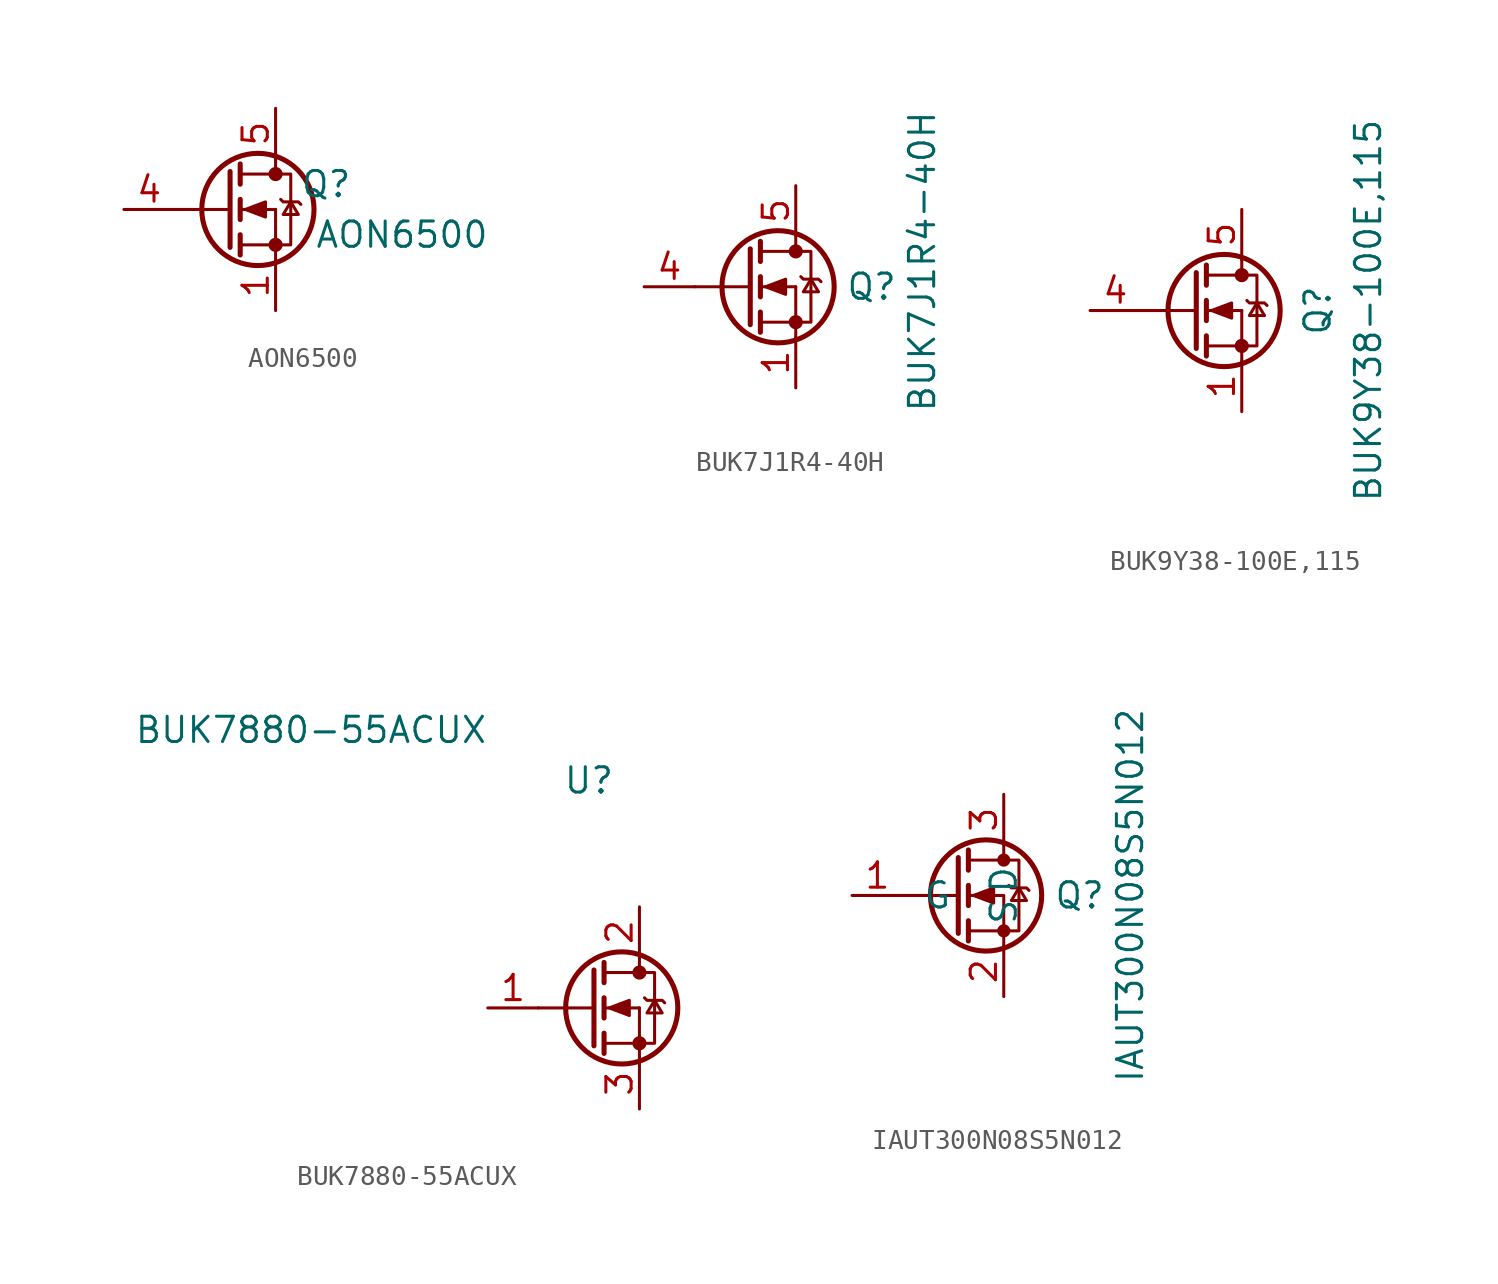
<source format=kicad_sym>
(kicad_symbol_lib
  (version 20231120)
  (generator "kicad_symbol_editor")
  (generator_version "8.0")
  (symbol "AON6500"
    (property "Reference" "Q"
      (at 2.54 1.27 0)
      (effects (font (size 1.27 1.27))))
    (property "Value" "AON6500"
      (at 6.35 -1.27 0)
      (effects (font (size 1.27 1.27))))
    (symbol "AON6500_1_1"
      (circle (center -0.889 0) (radius 2.819) (stroke (width 0.254) (type default)) (fill (type none)))
      (circle (center 0 -1.778) (radius 0.279) (stroke (width 0) (type default)) (fill (type outline)))
      (polyline (pts (xy -5.08 0) (xy -2.286 0)) (stroke (width 0) (type default)) (fill (type none)))
      (polyline (pts (xy -1.778 -1.778) (xy 0 -1.778)) (stroke (width 0) (type default)) (fill (type none)))
      (polyline (pts (xy -1.778 -1.27) (xy -1.778 -2.286)) (stroke (width 0.254) (type default)) (fill (type none)))
      (polyline (pts (xy -1.778 0) (xy 0 0)) (stroke (width 0) (type default)) (fill (type none)))
      (polyline (pts (xy -1.778 0.508) (xy -1.778 -0.508)) (stroke (width 0.254) (type default)) (fill (type none)))
      (polyline (pts (xy -1.778 1.778) (xy 0 1.778)) (stroke (width 0) (type default)) (fill (type none)))
      (polyline (pts (xy -1.778 2.286) (xy -1.778 1.27)) (stroke (width 0.254) (type default)) (fill (type none)))
      (polyline (pts (xy 0 -1.778) (xy 0 -2.54)) (stroke (width 0) (type default)) (fill (type none)))
      (polyline (pts (xy 0 -1.778) (xy 0 0)) (stroke (width 0) (type default)) (fill (type none)))
      (polyline (pts (xy 0 2.54) (xy 0 1.778)) (stroke (width 0) (type default)) (fill (type none)))
      (polyline (pts (xy -2.286 1.905) (xy -2.286 -1.905) (xy -2.286 -1.905)) (stroke (width 0.254) (type default)) (fill (type none)))
      (polyline (pts (xy -1.524 0) (xy -0.508 0.381) (xy -0.508 -0.381) (xy -1.524 0)) (stroke (width 0) (type default)) (fill (type outline)))
      (polyline (pts (xy 0 -1.778) (xy 0.762 -1.778) (xy 0.762 1.778) (xy 0 1.778)) (stroke (width 0) (type default)) (fill (type none)))
      (polyline (pts (xy 0.254 0.508) (xy 0.381 0.381) (xy 1.143 0.381) (xy 1.27 0.254)) (stroke (width 0) (type default)) (fill (type none)))
      (polyline (pts (xy 0.762 0.381) (xy 0.381 -0.254) (xy 1.143 -0.254) (xy 0.762 0.381)) (stroke (width 0) (type default)) (fill (type none)))
      (circle (center 0 1.778) (radius 0.279) (stroke (width 0) (type default)) (fill (type outline)))
      (pin passive line (at 0 -5.08 90) (length 2.54) (name "~" (effects (font (size 1.27 1.27)))) (number "1" (effects (font (size 1.27 1.27)))))
      (pin passive line (at 0 -5.08 90) (length 2.54) hide (name "~" (effects (font (size 1.27 1.27)))) (number "2" (effects (font (size 1.27 1.27)))))
      (pin passive line (at 0 -5.08 90) (length 2.54) hide (name "~" (effects (font (size 1.27 1.27)))) (number "3" (effects (font (size 1.27 1.27)))))
      (pin input line (at -7.62 0 0) (length 2.54) (name "~" (effects (font (size 1.27 1.27)))) (number "4" (effects (font (size 1.27 1.27)))))
      (pin passive line (at 0 5.08 270) (length 2.54) (name "~" (effects (font (size 1.27 1.27)))) (number "5" (effects (font (size 1.27 1.27)))))
      (pin passive line (at 0 5.08 270) (length 2.54) hide (name "~" (effects (font (size 1.27 1.27)))) (number "6" (effects (font (size 1.27 1.27)))))
      (pin passive line (at 0 5.08 270) (length 2.54) hide (name "~" (effects (font (size 1.27 1.27)))) (number "7" (effects (font (size 1.27 1.27)))))
      (pin passive line (at 0 5.08 270) (length 2.54) hide (name "~" (effects (font (size 1.27 1.27)))) (number "8" (effects (font (size 1.27 1.27)))))))
  (symbol "BUK7J1R4-40H"
    (pin_names
      (offset 1.016))
    (property "Reference" "Q"
      (at 3.81 0 0)
      (effects (font (size 1.27 1.27))))
    (property "Value" "BUK7J1R4-40H"
      (at 6.35 1.27 90)
      (effects (font (size 1.27 1.27))))
    (symbol "BUK7J1R4-40H_1_1"
      (circle (center -0.889 0) (radius 2.819) (stroke (width 0.254) (type default)) (fill (type none)))
      (circle (center 0 -1.778) (radius 0.279) (stroke (width 0) (type default)) (fill (type outline)))
      (polyline (pts (xy -5.08 0) (xy -2.286 0)) (stroke (width 0) (type default)) (fill (type none)))
      (polyline (pts (xy -1.778 -1.778) (xy 0 -1.778)) (stroke (width 0) (type default)) (fill (type none)))
      (polyline (pts (xy -1.778 -1.27) (xy -1.778 -2.286)) (stroke (width 0.254) (type default)) (fill (type none)))
      (polyline (pts (xy -1.778 0) (xy 0 0)) (stroke (width 0) (type default)) (fill (type none)))
      (polyline (pts (xy -1.778 0.508) (xy -1.778 -0.508)) (stroke (width 0.254) (type default)) (fill (type none)))
      (polyline (pts (xy -1.778 1.778) (xy 0 1.778)) (stroke (width 0) (type default)) (fill (type none)))
      (polyline (pts (xy -1.778 2.286) (xy -1.778 1.27)) (stroke (width 0.254) (type default)) (fill (type none)))
      (polyline (pts (xy 0 -1.778) (xy 0 -2.54)) (stroke (width 0) (type default)) (fill (type none)))
      (polyline (pts (xy 0 -1.778) (xy 0 0)) (stroke (width 0) (type default)) (fill (type none)))
      (polyline (pts (xy 0 2.54) (xy 0 1.778)) (stroke (width 0) (type default)) (fill (type none)))
      (polyline (pts (xy -2.286 1.905) (xy -2.286 -1.905) (xy -2.286 -1.905)) (stroke (width 0.254) (type default)) (fill (type none)))
      (polyline (pts (xy -1.524 0) (xy -0.508 0.381) (xy -0.508 -0.381) (xy -1.524 0)) (stroke (width 0) (type default)) (fill (type outline)))
      (polyline (pts (xy 0 -1.778) (xy 0.762 -1.778) (xy 0.762 1.778) (xy 0 1.778)) (stroke (width 0) (type default)) (fill (type none)))
      (polyline (pts (xy 0.254 0.508) (xy 0.381 0.381) (xy 1.143 0.381) (xy 1.27 0.254)) (stroke (width 0) (type default)) (fill (type none)))
      (polyline (pts (xy 0.762 0.381) (xy 0.381 -0.254) (xy 1.143 -0.254) (xy 0.762 0.381)) (stroke (width 0) (type default)) (fill (type none)))
      (circle (center 0 1.778) (radius 0.279) (stroke (width 0) (type default)) (fill (type outline)))
      (pin passive line (at 0 -5.08 90) (length 2.54) (name "~" (effects (font (size 1.27 1.27)))) (number "1" (effects (font (size 1.27 1.27)))))
      (pin passive line (at 0 -5.08 90) (length 2.54) hide (name "~" (effects (font (size 1.27 1.27)))) (number "2" (effects (font (size 1.27 1.27)))))
      (pin passive line (at 0 -5.08 90) (length 2.54) hide (name "~" (effects (font (size 1.27 1.27)))) (number "3" (effects (font (size 1.27 1.27)))))
      (pin input line (at -7.62 0 0) (length 2.54) (name "~" (effects (font (size 1.27 1.27)))) (number "4" (effects (font (size 1.27 1.27)))))
      (pin passive line (at 0 5.08 270) (length 2.54) (name "~" (effects (font (size 1.27 1.27)))) (number "5" (effects (font (size 1.27 1.27)))))))
  (symbol "BUK9Y38-100E,115"
    (pin_names
      (offset 1.016))
    (property "Reference" "Q"
      (at 3.81 0 90)
      (effects (font (size 1.27 1.27))))
    (property "Value" "BUK9Y38-100E,115"
      (at 6.35 0 90)
      (effects (font (size 1.27 1.27))))
    (symbol "BUK9Y38-100E,115_1_1"
      (circle (center -0.889 0) (radius 2.819) (stroke (width 0.254) (type default)) (fill (type none)))
      (circle (center 0 -1.778) (radius 0.279) (stroke (width 0) (type default)) (fill (type outline)))
      (polyline (pts (xy -5.08 0) (xy -2.286 0)) (stroke (width 0) (type default)) (fill (type none)))
      (polyline (pts (xy -1.778 -1.778) (xy 0 -1.778)) (stroke (width 0) (type default)) (fill (type none)))
      (polyline (pts (xy -1.778 -1.27) (xy -1.778 -2.286)) (stroke (width 0.254) (type default)) (fill (type none)))
      (polyline (pts (xy -1.778 0) (xy 0 0)) (stroke (width 0) (type default)) (fill (type none)))
      (polyline (pts (xy -1.778 0.508) (xy -1.778 -0.508)) (stroke (width 0.254) (type default)) (fill (type none)))
      (polyline (pts (xy -1.778 1.778) (xy 0 1.778)) (stroke (width 0) (type default)) (fill (type none)))
      (polyline (pts (xy -1.778 2.286) (xy -1.778 1.27)) (stroke (width 0.254) (type default)) (fill (type none)))
      (polyline (pts (xy 0 -1.778) (xy 0 -2.54)) (stroke (width 0) (type default)) (fill (type none)))
      (polyline (pts (xy 0 -1.778) (xy 0 0)) (stroke (width 0) (type default)) (fill (type none)))
      (polyline (pts (xy 0 2.54) (xy 0 1.778)) (stroke (width 0) (type default)) (fill (type none)))
      (polyline (pts (xy -2.286 1.905) (xy -2.286 -1.905) (xy -2.286 -1.905)) (stroke (width 0.254) (type default)) (fill (type none)))
      (polyline (pts (xy -1.524 0) (xy -0.508 0.381) (xy -0.508 -0.381) (xy -1.524 0)) (stroke (width 0) (type default)) (fill (type outline)))
      (polyline (pts (xy 0 -1.778) (xy 0.762 -1.778) (xy 0.762 1.778) (xy 0 1.778)) (stroke (width 0) (type default)) (fill (type none)))
      (polyline (pts (xy 0.254 0.508) (xy 0.381 0.381) (xy 1.143 0.381) (xy 1.27 0.254)) (stroke (width 0) (type default)) (fill (type none)))
      (polyline (pts (xy 0.762 0.381) (xy 0.381 -0.254) (xy 1.143 -0.254) (xy 0.762 0.381)) (stroke (width 0) (type default)) (fill (type none)))
      (circle (center 0 1.778) (radius 0.279) (stroke (width 0) (type default)) (fill (type outline)))
      (pin passive line (at 0 -5.08 90) (length 2.54) (name "~" (effects (font (size 1.27 1.27)))) (number "1" (effects (font (size 1.27 1.27)))))
      (pin passive line (at 0 -5.08 90) (length 2.54) hide (name "~" (effects (font (size 1.27 1.27)))) (number "2" (effects (font (size 1.27 1.27)))))
      (pin passive line (at 0 -5.08 90) (length 2.54) hide (name "~" (effects (font (size 1.27 1.27)))) (number "3" (effects (font (size 1.27 1.27)))))
      (pin input line (at -7.62 0 0) (length 2.54) (name "~" (effects (font (size 1.27 1.27)))) (number "4" (effects (font (size 1.27 1.27)))))
      (pin passive line (at 0 5.08 270) (length 2.54) (name "~" (effects (font (size 1.27 1.27)))) (number "5" (effects (font (size 1.27 1.27)))))))
  (symbol "BUK7880-55ACUX"
    (pin_names
      (offset 1.016))
    (property "Reference" "U"
      (at -2.54 11.43 0)
      (effects (font (size 1.27 1.27))))
    (property "Value" "BUK7880-55ACUX"
      (at -16.51 13.97 0)
      (effects (font (size 1.27 1.27))))
    (symbol "BUK7880-55ACUX_1_1"
      (circle (center -0.889 0) (radius 2.819) (stroke (width 0.254) (type default)) (fill (type none)))
      (circle (center 0 -1.778) (radius 0.279) (stroke (width 0) (type default)) (fill (type outline)))
      (polyline (pts (xy -5.08 0) (xy -2.286 0)) (stroke (width 0) (type default)) (fill (type none)))
      (polyline (pts (xy -1.778 -1.778) (xy 0 -1.778)) (stroke (width 0) (type default)) (fill (type none)))
      (polyline (pts (xy -1.778 -1.27) (xy -1.778 -2.286)) (stroke (width 0.254) (type default)) (fill (type none)))
      (polyline (pts (xy -1.778 0) (xy 0 0)) (stroke (width 0) (type default)) (fill (type none)))
      (polyline (pts (xy -1.778 0.508) (xy -1.778 -0.508)) (stroke (width 0.254) (type default)) (fill (type none)))
      (polyline (pts (xy -1.778 1.778) (xy 0 1.778)) (stroke (width 0) (type default)) (fill (type none)))
      (polyline (pts (xy -1.778 2.286) (xy -1.778 1.27)) (stroke (width 0.254) (type default)) (fill (type none)))
      (polyline (pts (xy 0 -1.778) (xy 0 -2.54)) (stroke (width 0) (type default)) (fill (type none)))
      (polyline (pts (xy 0 -1.778) (xy 0 0)) (stroke (width 0) (type default)) (fill (type none)))
      (polyline (pts (xy 0 2.54) (xy 0 1.778)) (stroke (width 0) (type default)) (fill (type none)))
      (polyline (pts (xy -2.286 1.905) (xy -2.286 -1.905) (xy -2.286 -1.905)) (stroke (width 0.254) (type default)) (fill (type none)))
      (polyline (pts (xy -1.524 0) (xy -0.508 0.381) (xy -0.508 -0.381) (xy -1.524 0)) (stroke (width 0) (type default)) (fill (type outline)))
      (polyline (pts (xy 0 -1.778) (xy 0.762 -1.778) (xy 0.762 1.778) (xy 0 1.778)) (stroke (width 0) (type default)) (fill (type none)))
      (polyline (pts (xy 0.254 0.508) (xy 0.381 0.381) (xy 1.143 0.381) (xy 1.27 0.254)) (stroke (width 0) (type default)) (fill (type none)))
      (polyline (pts (xy 0.762 0.381) (xy 0.381 -0.254) (xy 1.143 -0.254) (xy 0.762 0.381)) (stroke (width 0) (type default)) (fill (type none)))
      (circle (center 0 1.778) (radius 0.279) (stroke (width 0) (type default)) (fill (type outline)))
      (pin input line (at -7.62 0 0) (length 2.54) (name "~" (effects (font (size 1.27 1.27)))) (number "1" (effects (font (size 1.27 1.27)))))
      (pin passive line (at 0 5.08 270) (length 2.54) (name "~" (effects (font (size 1.27 1.27)))) (number "2" (effects (font (size 1.27 1.27)))))
      (pin passive line (at 0 -5.08 90) (length 2.54) (name "~" (effects (font (size 1.27 1.27)))) (number "3" (effects (font (size 1.27 1.27)))))))
  (symbol "IAUT300N08S5N012"
    (pin_names
      (offset 1.016))
    (property "Reference" "Q"
      (at 3.81 0 0)
      (effects (font (size 1.27 1.27))))
    (property "Value" "IAUT300N08S5N012"
      (at 6.35 0 90)
      (effects (font (size 1.27 1.27))))
    (symbol "IAUT300N08S5N012_1_1"
      (circle (center -0.889 0) (radius 2.794) (stroke (width 0.254) (type default)) (fill (type none)))
      (circle (center 0 -1.778) (radius 0.254) (stroke (width 0) (type default)) (fill (type outline)))
      (polyline (pts (xy -2.286 0) (xy -5.08 0)) (stroke (width 0) (type default)) (fill (type none)))
      (polyline (pts (xy -2.286 1.905) (xy -2.286 -1.905)) (stroke (width 0.254) (type default)) (fill (type none)))
      (polyline (pts (xy -1.778 -1.27) (xy -1.778 -2.286)) (stroke (width 0.254) (type default)) (fill (type none)))
      (polyline (pts (xy -1.778 0.508) (xy -1.778 -0.508)) (stroke (width 0.254) (type default)) (fill (type none)))
      (polyline (pts (xy -1.778 2.286) (xy -1.778 1.27)) (stroke (width 0.254) (type default)) (fill (type none)))
      (polyline (pts (xy 0 2.54) (xy 0 1.778)) (stroke (width 0) (type default)) (fill (type none)))
      (polyline (pts (xy 0 -2.54) (xy 0 0) (xy -1.778 0)) (stroke (width 0) (type default)) (fill (type none)))
      (polyline (pts (xy -1.778 -1.778) (xy 0.762 -1.778) (xy 0.762 1.778) (xy -1.778 1.778)) (stroke (width 0) (type default)) (fill (type none)))
      (polyline (pts (xy -1.524 0) (xy -0.508 0.381) (xy -0.508 -0.381) (xy -1.524 0)) (stroke (width 0) (type default)) (fill (type outline)))
      (polyline (pts (xy 0.254 0.508) (xy 0.381 0.381) (xy 1.143 0.381) (xy 1.27 0.254)) (stroke (width 0) (type default)) (fill (type none)))
      (polyline (pts (xy 0.762 0.381) (xy 0.381 -0.254) (xy 1.143 -0.254) (xy 0.762 0.381)) (stroke (width 0) (type default)) (fill (type none)))
      (circle (center 0 1.778) (radius 0.254) (stroke (width 0) (type default)) (fill (type outline)))
      (pin input line (at -7.62 0 0) (length 2.54) (name "G" (effects (font (size 1.27 1.27)))) (number "1" (effects (font (size 1.27 1.27)))))
      (pin bidirectional line (at 0 -5.08 90) (length 2.54) (name "S" (effects (font (size 1.27 1.27)))) (number "2" (effects (font (size 1.27 1.27)))))
      (pin bidirectional line (at 0 5.08 270) (length 2.54) (name "D" (effects (font (size 1.27 1.27)))) (number "3" (effects (font (size 1.27 1.27))))))))
</source>
